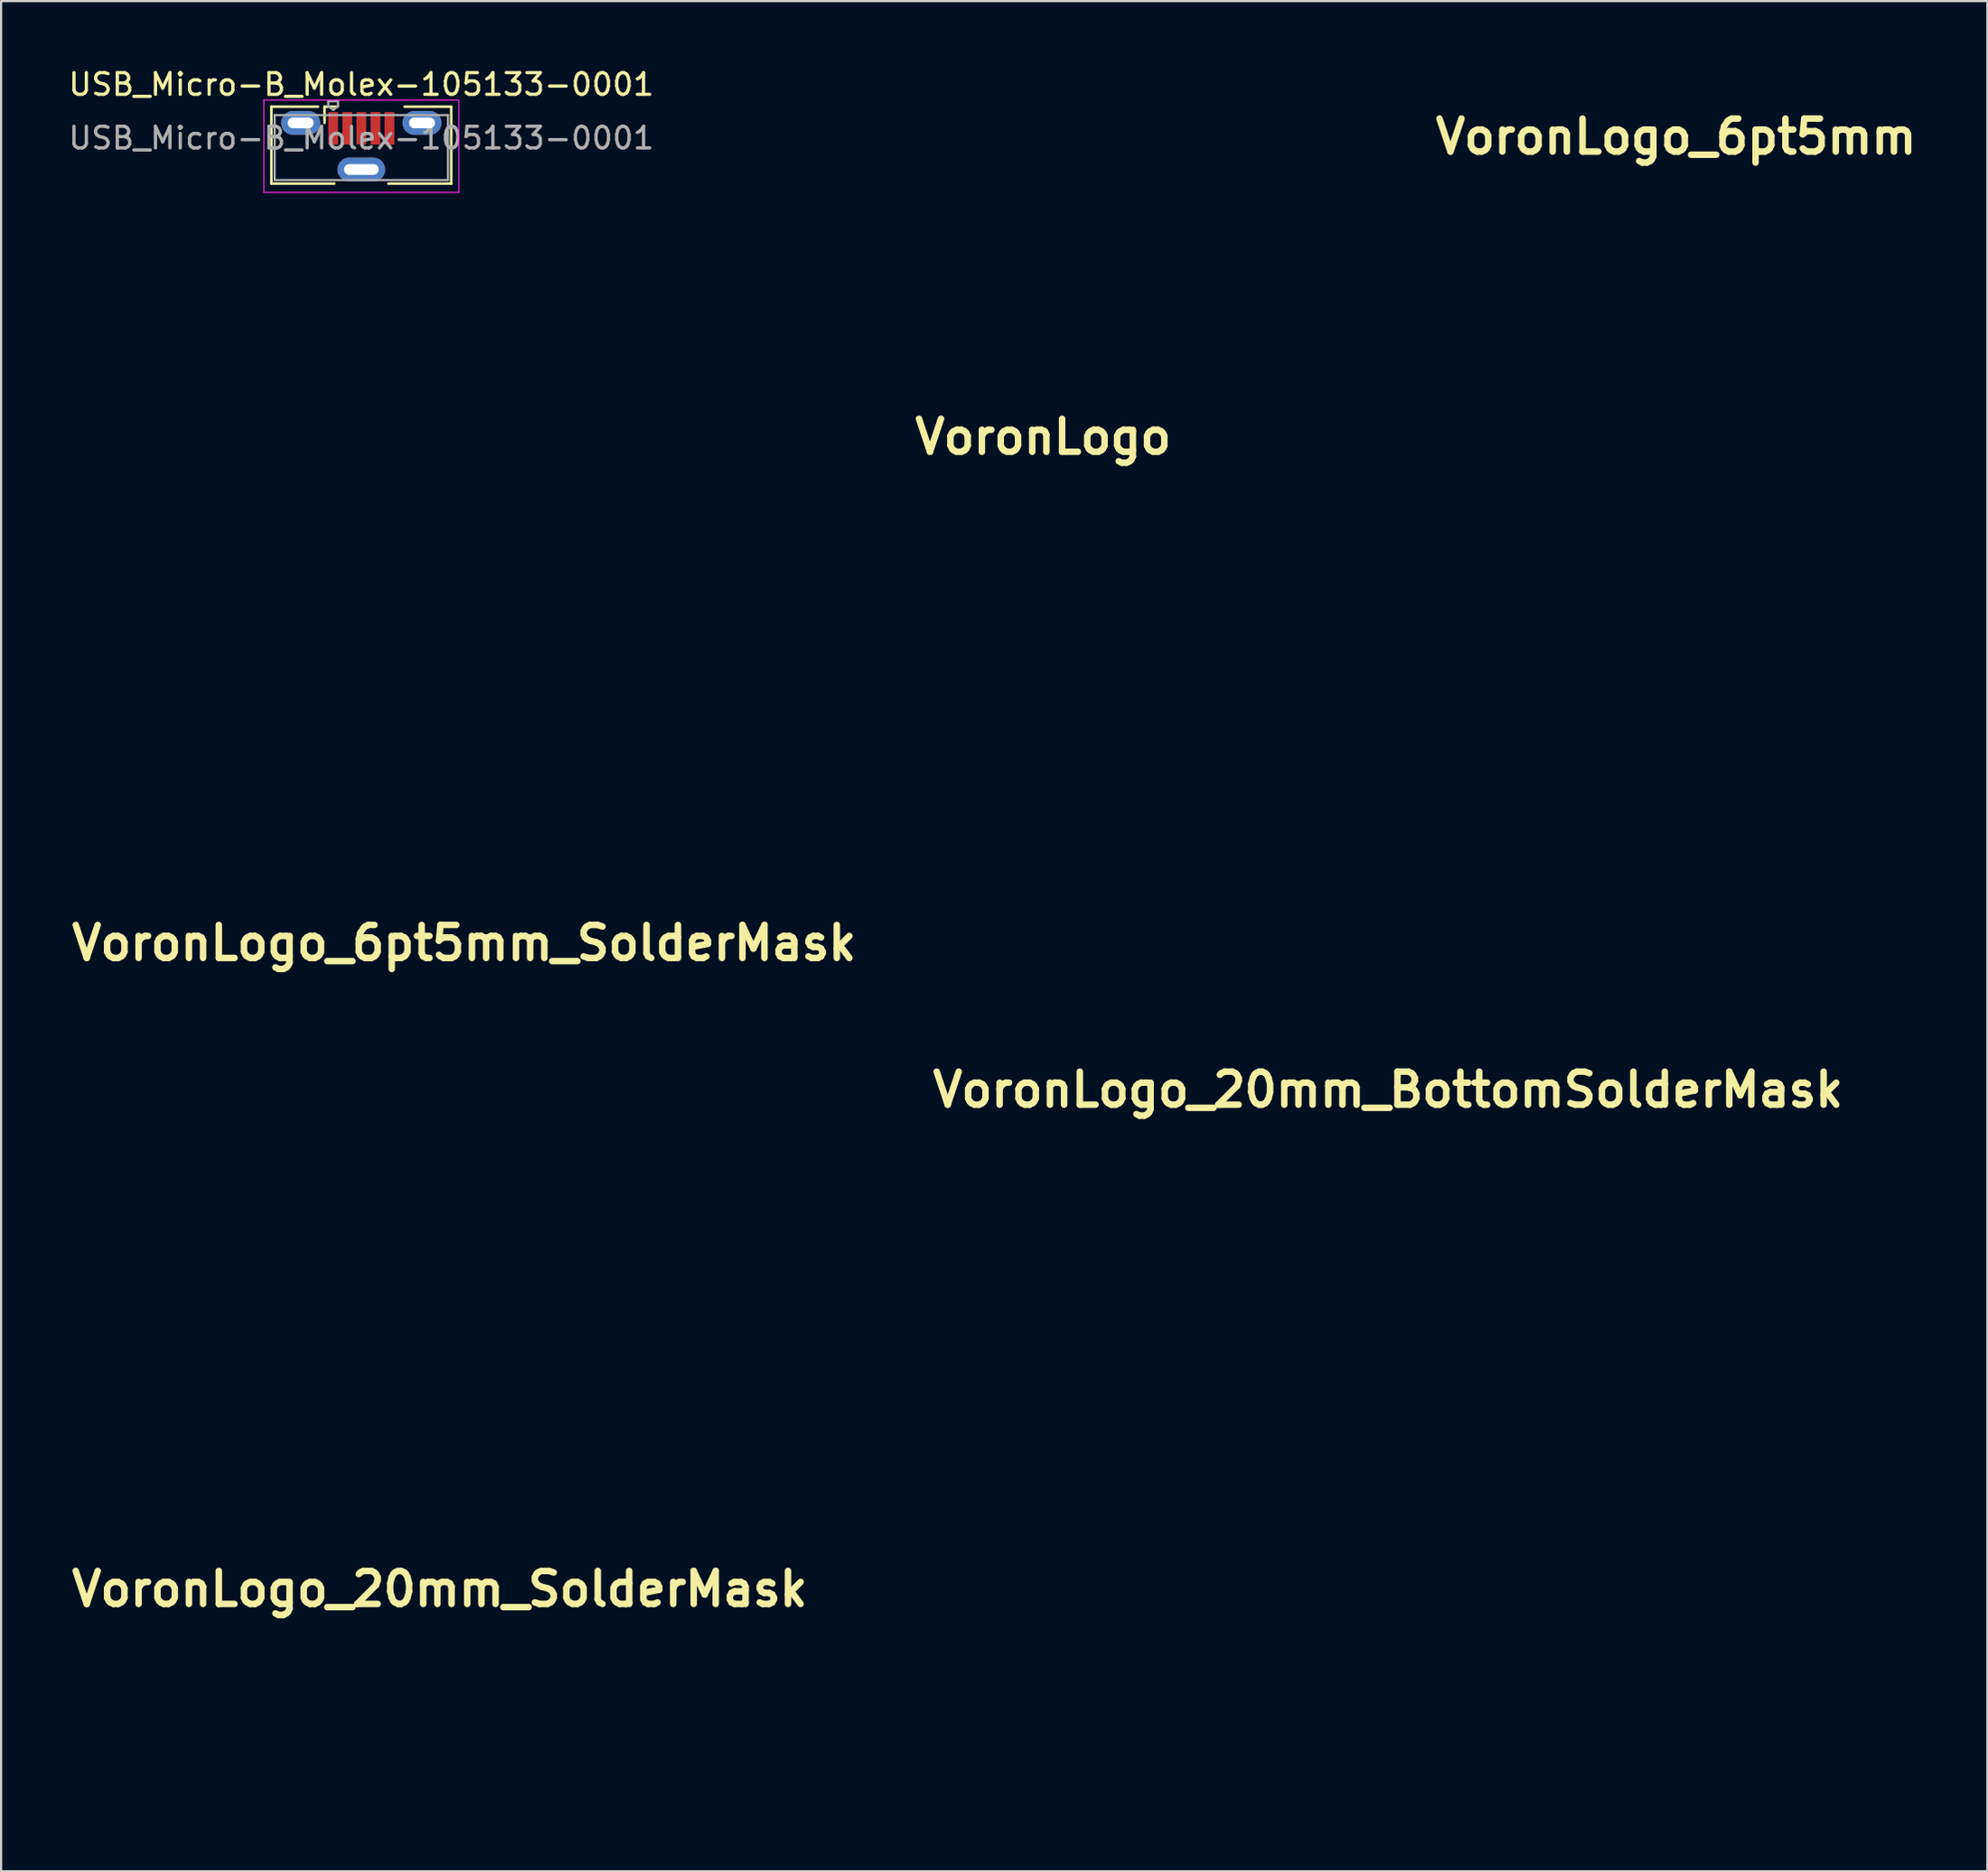
<source format=kicad_pcb>
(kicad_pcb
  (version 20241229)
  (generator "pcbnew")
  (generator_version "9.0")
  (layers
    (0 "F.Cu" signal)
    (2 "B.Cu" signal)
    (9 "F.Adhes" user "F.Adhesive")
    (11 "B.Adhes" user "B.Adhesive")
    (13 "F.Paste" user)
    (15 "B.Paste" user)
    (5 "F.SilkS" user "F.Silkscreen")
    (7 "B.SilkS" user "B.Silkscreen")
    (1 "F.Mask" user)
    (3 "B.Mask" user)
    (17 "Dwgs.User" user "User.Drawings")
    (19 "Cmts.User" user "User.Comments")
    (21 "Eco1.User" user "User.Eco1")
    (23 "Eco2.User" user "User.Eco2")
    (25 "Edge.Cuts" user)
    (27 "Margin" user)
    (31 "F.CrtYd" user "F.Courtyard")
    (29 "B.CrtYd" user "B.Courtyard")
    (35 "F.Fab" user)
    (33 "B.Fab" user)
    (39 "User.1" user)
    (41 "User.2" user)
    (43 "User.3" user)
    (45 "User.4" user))
  (footprint "VoronLogo"
    (layer "F.Cu")
    (at 45.094 17.115)
    (property "Reference" "VoronLogo" (at 0 0 0) (layer "F.SilkS") (effects (font (size 1.524 1.524) (thickness 0.3))))
    (attr through_hole)
    (fp_poly (pts (xy 0.256 -16.981) (xy 0.918 -16.616) (xy 1.93 -16.046) (xy 3.236 -15.304) (xy 4.779 -14.422) (xy 6.504 -13.431) (xy 7.486 -12.864) (xy 14.839 -8.618) (xy 14.839 8.618) (xy 7.486 12.864) (xy 5.687 13.9) (xy 4.039 14.845) (xy 2.599 15.667) (xy 1.422 16.333) (xy 0.565 16.812) (xy 0.084 17.072) (xy 0 17.11) (xy -0.256 16.981) (xy -0.918 16.616) (xy -1.93 16.046) (xy -3.236 15.304) (xy -4.779 14.422) (xy -6.504 13.431) (xy -7.486 12.864) (xy -13.95 9.131) (xy -8.021 9.131) (xy -7.775 9.241) (xy -7.118 9.304) (xy -6.174 9.309) (xy -5.963 9.302) (xy -3.904 9.224) (xy -3.837 9.122) (xy 0.16 9.122) (xy 0.283 9.261) (xy 0.708 9.332) (xy 1.53 9.356) (xy 2.123 9.358) (xy 4.266 9.358) (xy 7.113 5.013) (xy 8.003 3.647) (xy 8.794 2.421) (xy 9.437 1.41) (xy 9.884 0.689) (xy 10.089 0.333) (xy 10.093 0.322) (xy 10.044 0.148) (xy 9.675 0.055) (xy 8.906 0.034) (xy 8.121 0.055) (xy 6.016 0.134) (xy 3.266 4.278) (xy 2.377 5.621) (xy 1.578 6.834) (xy 0.922 7.838) (xy 0.46 8.552) (xy 0.248 8.89) (xy 0.16 9.122) (xy -3.837 9.122) (xy 2.058 0.171) (xy 3.353 -1.801) (xy 4.551 -3.636) (xy 5.621 -5.288) (xy 6.532 -6.706) (xy 7.253 -7.843) (xy 7.752 -8.65) (xy 8 -9.078) (xy 8.021 -9.131) (xy 7.775 -9.241) (xy 7.118 -9.304) (xy 6.174 -9.309) (xy 5.963 -9.302) (xy 3.904 -9.224) (xy -2.058 -0.171) (xy -3.353 1.801) (xy -4.551 3.636) (xy -5.621 5.288) (xy -6.532 6.706) (xy -7.253 7.843) (xy -7.752 8.65) (xy -8 9.078) (xy -8.021 9.131) (xy -13.95 9.131) (xy -14.839 8.618) (xy -14.839 0) (xy -10.407 0) (xy -6.016 -0.008) (xy -3.476 -3.925) (xy -2.607 -5.265) (xy -1.805 -6.501) (xy -1.13 -7.541) (xy -0.642 -8.293) (xy -0.434 -8.612) (xy 0.067 -9.381) (xy -2.142 -9.302) (xy -4.35 -9.224) (xy -7.378 -4.612) (xy -10.407 0) (xy -14.839 0) (xy -14.839 -8.618) (xy -7.486 -12.864) (xy -5.687 -13.9) (xy -4.039 -14.845) (xy -2.599 -15.667) (xy -1.422 -16.333) (xy -0.565 -16.812) (xy -0.084 -17.072) (xy 0 -17.11) (xy 0.256 -16.981)) (stroke (width 0.01) (type solid)) (fill no) (layer "Eco2.User")))
  (footprint "VoronLogo_20mm_BottomSolderMask"
    (layer "F.Cu")
    (at 61.007 47.251)
    (property "Reference" "VoronLogo_20mm_BottomSolderMask" (at 0 0 0) (layer "F.SilkS") (effects (font (size 1.524 1.524) (thickness 0.3))))
    (attr through_hole)
    (fp_poly (pts (xy 8.545 -5.092) (xy 8.545 5.092) (xy 4.257 7.563) (xy 3.208 8.167) (xy 2.25 8.717) (xy 1.416 9.194) (xy 0.739 9.579) (xy 0.251 9.855) (xy -0.015 10.001) (xy -0.055 10.021) (xy -0.191 9.942) (xy -0.565 9.724) (xy -1.146 9.388) (xy -1.899 8.95) (xy -2.793 8.432) (xy -3.794 7.85) (xy -4.312 7.55) (xy -8.094 5.355) (xy -4.834 5.355) (xy -4.715 5.415) (xy -4.35 5.46) (xy -3.81 5.484) (xy -3.58 5.486) (xy -2.273 5.484) (xy -2.229 5.417) (xy 0 5.417) (xy 0.145 5.449) (xy 0.53 5.474) (xy 1.082 5.486) (xy 1.294 5.487) (xy 2.587 5.487) (xy 4.077 3.191) (xy 4.586 2.406) (xy 5.055 1.683) (xy 5.45 1.074) (xy 5.735 0.634) (xy 5.856 0.448) (xy 6.146 0) (xy 3.485 0) (xy 1.742 2.673) (xy 1.216 3.484) (xy 0.754 4.203) (xy 0.381 4.789) (xy 0.122 5.203) (xy 0.005 5.405) (xy 0 5.417) (xy -2.229 5.417) (xy 1.254 0.131) (xy 2.019 -1.03) (xy 2.729 -2.11) (xy 3.365 -3.083) (xy 3.911 -3.918) (xy 4.347 -4.588) (xy 4.654 -5.065) (xy 4.815 -5.321) (xy 4.834 -5.355) (xy 4.715 -5.415) (xy 4.35 -5.46) (xy 3.81 -5.484) (xy 3.58 -5.486) (xy 2.273 -5.484) (xy -1.254 -0.131) (xy -2.019 1.03) (xy -2.729 2.11) (xy -3.365 3.083) (xy -3.911 3.918) (xy -4.347 4.588) (xy -4.654 5.065) (xy -4.815 5.321) (xy -4.834 5.355) (xy -8.094 5.355) (xy -8.545 5.093) (xy -8.545 0) (xy -6.146 0) (xy -3.485 0) (xy -1.742 -2.673) (xy -1.216 -3.484) (xy -0.754 -4.203) (xy -0.381 -4.789) (xy -0.122 -5.203) (xy -0.005 -5.405) (xy 0 -5.417) (xy -0.145 -5.449) (xy -0.53 -5.474) (xy -1.082 -5.486) (xy -1.294 -5.487) (xy -2.587 -5.487) (xy -4.077 -3.191) (xy -4.586 -2.406) (xy -5.055 -1.683) (xy -5.45 -1.074) (xy -5.735 -0.634) (xy -5.856 -0.448) (xy -6.146 0) (xy -8.545 0) (xy -8.545 -5.092) (xy -4.273 -7.554) (xy 0 -10.017) (xy 8.545 -5.092)) (stroke (width 0.01) (type solid)) (fill yes) (layer "B.Mask")))
  (footprint "VoronLogo_20mm_SolderMask"
    (layer "F.Cu")
    (at 17.243 70.299)
    (property "Reference" "VoronLogo_20mm_SolderMask" (at 0 0 0) (layer "F.SilkS") (effects (font (size 1.524 1.524) (thickness 0.3))))
    (attr through_hole)
    (fp_poly (pts (xy 8.545 -5.092) (xy 8.545 5.092) (xy 4.257 7.563) (xy 3.208 8.167) (xy 2.25 8.717) (xy 1.416 9.194) (xy 0.739 9.579) (xy 0.251 9.855) (xy -0.015 10.001) (xy -0.055 10.021) (xy -0.191 9.942) (xy -0.565 9.724) (xy -1.146 9.388) (xy -1.899 8.95) (xy -2.793 8.432) (xy -3.794 7.85) (xy -4.312 7.55) (xy -8.094 5.355) (xy -4.834 5.355) (xy -4.715 5.415) (xy -4.35 5.46) (xy -3.81 5.484) (xy -3.58 5.486) (xy -2.273 5.484) (xy -2.229 5.417) (xy 0 5.417) (xy 0.145 5.449) (xy 0.53 5.474) (xy 1.082 5.486) (xy 1.294 5.487) (xy 2.587 5.487) (xy 4.077 3.191) (xy 4.586 2.406) (xy 5.055 1.683) (xy 5.45 1.074) (xy 5.735 0.634) (xy 5.856 0.448) (xy 6.146 0) (xy 3.485 0) (xy 1.742 2.673) (xy 1.216 3.484) (xy 0.754 4.203) (xy 0.381 4.789) (xy 0.122 5.203) (xy 0.005 5.405) (xy 0 5.417) (xy -2.229 5.417) (xy 1.254 0.131) (xy 2.019 -1.03) (xy 2.729 -2.11) (xy 3.365 -3.083) (xy 3.911 -3.918) (xy 4.347 -4.588) (xy 4.654 -5.065) (xy 4.815 -5.321) (xy 4.834 -5.355) (xy 4.715 -5.415) (xy 4.35 -5.46) (xy 3.81 -5.484) (xy 3.58 -5.486) (xy 2.273 -5.484) (xy -1.254 -0.131) (xy -2.019 1.03) (xy -2.729 2.11) (xy -3.365 3.083) (xy -3.911 3.918) (xy -4.347 4.588) (xy -4.654 5.065) (xy -4.815 5.321) (xy -4.834 5.355) (xy -8.094 5.355) (xy -8.545 5.093) (xy -8.545 0) (xy -6.146 0) (xy -3.485 0) (xy -1.742 -2.673) (xy -1.216 -3.484) (xy -0.754 -4.203) (xy -0.381 -4.789) (xy -0.122 -5.203) (xy -0.005 -5.405) (xy 0 -5.417) (xy -0.145 -5.449) (xy -0.53 -5.474) (xy -1.082 -5.486) (xy -1.294 -5.487) (xy -2.587 -5.487) (xy -4.077 -3.191) (xy -4.586 -2.406) (xy -5.055 -1.683) (xy -5.45 -1.074) (xy -5.735 -0.634) (xy -5.856 -0.448) (xy -6.146 0) (xy -8.545 0) (xy -8.545 -5.092) (xy -4.273 -7.554) (xy 0 -10.017) (xy 8.545 -5.092)) (stroke (width 0.01) (type solid)) (fill yes) (layer "F.Mask")))
  (footprint "USB_Micro-B_Molex-105133-0001"
    (layer "F.Cu")
    (at 13.625 3.698)
    (property "Reference" "USB_Micro-B_Molex-105133-0001" (at 0 -2.85 0) (layer "F.SilkS") (effects (font (size 1 1) (thickness 0.15))))
    (attr smd)
    (fp_line (start -4.15 -1.825) (end -4.15 1.725) (stroke (width 0.12) (type solid)) (layer "F.SilkS"))
    (fp_line (start -4.15 1.725) (end -1.25 1.725) (stroke (width 0.12) (type solid)) (layer "F.SilkS"))
    (fp_line (start -2 -1.825) (end -4.15 -1.825) (stroke (width 0.12) (type solid)) (layer "F.SilkS"))
    (fp_line (start -1.7 -1.825) (end -1.1 -1.825) (stroke (width 0.12) (type solid)) (layer "F.SilkS"))
    (fp_line (start -1.7 -1.075) (end -1.7 -1.825) (stroke (width 0.12) (type solid)) (layer "F.SilkS"))
    (fp_line (start 2 -1.825) (end 4.15 -1.825) (stroke (width 0.12) (type solid)) (layer "F.SilkS"))
    (fp_line (start 4.15 -1.825) (end 4.15 1.725) (stroke (width 0.12) (type solid)) (layer "F.SilkS"))
    (fp_line (start 4.15 1.725) (end 1.25 1.725) (stroke (width 0.12) (type solid)) (layer "F.SilkS"))
    (fp_line (start -4.5 -2.13) (end 4.5 -2.13) (stroke (width 0.05) (type solid)) (layer "F.CrtYd"))
    (fp_line (start -4.5 2.13) (end -4.5 -2.13) (stroke (width 0.05) (type solid)) (layer "F.CrtYd"))
    (fp_line (start -4.5 2.13) (end 4.5 2.13) (stroke (width 0.05) (type solid)) (layer "F.CrtYd"))
    (fp_line (start 4.5 2.13) (end 4.5 -2.13) (stroke (width 0.05) (type solid)) (layer "F.CrtYd"))
    (fp_line (start -4 1.565) (end -4 -1.435) (stroke (width 0.1) (type solid)) (layer "F.Fab"))
    (fp_line (start -4 1.565) (end 4 1.565) (stroke (width 0.1) (type solid)) (layer "F.Fab"))
    (fp_line (start -1.525 -2.075) (end -1.075 -2.075) (stroke (width 0.1) (type solid)) (layer "F.Fab"))
    (fp_line (start -1.525 -1.85) (end -1.525 -2.075) (stroke (width 0.1) (type solid)) (layer "F.Fab"))
    (fp_line (start -1.3 -1.675) (end -1.525 -1.85) (stroke (width 0.1) (type solid)) (layer "F.Fab"))
    (fp_line (start -1.3 -1.675) (end -1.075 -1.85) (stroke (width 0.1) (type solid)) (layer "F.Fab"))
    (fp_line (start -1.075 -2.075) (end -1.075 -1.85) (stroke (width 0.1) (type solid)) (layer "F.Fab"))
    (fp_line (start 4 -1.435) (end -4 -1.435) (stroke (width 0.1) (type solid)) (layer "F.Fab"))
    (fp_line (start 4 1.565) (end 4 -1.435) (stroke (width 0.1) (type solid)) (layer "F.Fab"))
    (fp_text user "${REFERENCE}" (at 0 -0.375 0) (layer "F.Fab") (effects (font (size 1 1) (thickness 0.15))))
    (pad "1" smd rect (at -1.3 -0.825) (size 0.45 1.5) (layers "F.Cu" "F.Mask" "F.Paste"))
    (pad "2" smd rect (at -0.65 -0.825) (size 0.45 1.5) (layers "F.Cu" "F.Mask" "F.Paste"))
    (pad "3" smd rect (at 0 -0.825) (size 0.45 1.5) (layers "F.Cu" "F.Mask" "F.Paste"))
    (pad "4" smd rect (at 0.65 -0.825) (size 0.45 1.5) (layers "F.Cu" "F.Mask" "F.Paste"))
    (pad "5" smd rect (at 1.3 -0.825) (size 0.45 1.5) (layers "F.Cu" "F.Mask" "F.Paste"))
    (pad "6" thru_hole oval (at -2.8 -1.075) (size 1.8 1.1) (drill oval 1.2 0.5) (layers "*.Cu" "*.Mask"))
    (pad "6" thru_hole oval (at 0 1.075) (size 2.2 1.1) (drill oval 1.6 0.5) (layers "*.Cu" "*.Mask"))
    (pad "6" thru_hole oval (at 2.8 -1.075) (size 1.8 1.1) (drill oval 1.2 0.5) (layers "*.Cu" "*.Mask")))
  (footprint "VoronLogo_6pt5mm_SolderMask"
    (layer "F.Cu")
    (at 18.368 40.48)
    (property "Reference" "VoronLogo_6pt5mm_SolderMask" (at 0 0 0) (layer "F.SilkS") (effects (font (size 1.524 1.524) (thickness 0.3))))
    (attr through_hole)
    (fp_poly (pts (xy 2.769 -1.65) (xy 2.769 1.65) (xy 1.379 2.451) (xy 1.039 2.646) (xy 0.729 2.824) (xy 0.459 2.979) (xy 0.24 3.104) (xy 0.081 3.193) (xy -0.005 3.24) (xy -0.018 3.247) (xy -0.062 3.221) (xy -0.183 3.151) (xy -0.371 3.042) (xy -0.615 2.9) (xy -0.905 2.732) (xy -1.229 2.544) (xy -1.397 2.446) (xy -2.622 1.735) (xy -1.566 1.735) (xy -1.528 1.754) (xy -1.41 1.769) (xy -1.235 1.777) (xy -1.16 1.777) (xy -0.737 1.777) (xy -0.722 1.755) (xy 0 1.755) (xy 0.047 1.766) (xy 0.172 1.774) (xy 0.351 1.778) (xy 0.419 1.778) (xy 0.838 1.778) (xy 1.321 1.034) (xy 1.486 0.78) (xy 1.638 0.545) (xy 1.766 0.348) (xy 1.858 0.205) (xy 1.897 0.145) (xy 1.991 0) (xy 1.129 0) (xy 0.565 0.866) (xy 0.394 1.129) (xy 0.244 1.362) (xy 0.123 1.552) (xy 0.04 1.686) (xy 0.001 1.751) (xy 0 1.755) (xy -0.722 1.755) (xy 0.406 0.043) (xy 0.654 -0.334) (xy 0.884 -0.684) (xy 1.09 -0.999) (xy 1.267 -1.269) (xy 1.408 -1.487) (xy 1.508 -1.641) (xy 1.56 -1.724) (xy 1.566 -1.735) (xy 1.528 -1.754) (xy 1.41 -1.769) (xy 1.235 -1.777) (xy 1.16 -1.777) (xy 0.737 -1.777) (xy -0.406 -0.043) (xy -0.654 0.334) (xy -0.884 0.684) (xy -1.09 0.999) (xy -1.267 1.269) (xy -1.408 1.487) (xy -1.508 1.641) (xy -1.56 1.724) (xy -1.566 1.735) (xy -2.622 1.735) (xy -2.769 1.65) (xy -2.769 0) (xy -1.991 0) (xy -1.129 0) (xy -0.565 -0.866) (xy -0.394 -1.129) (xy -0.244 -1.362) (xy -0.123 -1.552) (xy -0.04 -1.686) (xy -0.001 -1.751) (xy 0 -1.755) (xy -0.047 -1.766) (xy -0.172 -1.774) (xy -0.351 -1.778) (xy -0.419 -1.778) (xy -0.838 -1.778) (xy -1.321 -1.034) (xy -1.486 -0.78) (xy -1.638 -0.545) (xy -1.766 -0.348) (xy -1.858 -0.205) (xy -1.897 -0.145) (xy -1.991 0) (xy -2.769 0) (xy -2.769 -1.65) (xy 0 -3.245) (xy 2.769 -1.65)) (stroke (width 0.01) (type solid)) (fill yes) (layer "F.Mask")))
  (footprint "VoronLogo_6pt5mm"
    (layer "F.Cu")
    (at 74.303 3.256)
    (property "Reference" "VoronLogo_6pt5mm" (at 0 0 0) (layer "F.SilkS") (effects (font (size 1.524 1.524) (thickness 0.3))))
    (attr through_hole)
    (fp_poly (pts (xy 0.049 -3.226) (xy 0.174 -3.157) (xy 0.367 -3.049) (xy 0.615 -2.908) (xy 0.908 -2.74) (xy 1.236 -2.552) (xy 1.422 -2.444) (xy 2.819 -1.637) (xy 2.819 1.637) (xy 1.422 2.444) (xy 1.081 2.641) (xy 0.767 2.821) (xy 0.494 2.977) (xy 0.27 3.103) (xy 0.107 3.194) (xy 0.016 3.244) (xy 0 3.251) (xy -0.049 3.226) (xy -0.174 3.157) (xy -0.367 3.049) (xy -0.615 2.908) (xy -0.908 2.74) (xy -1.236 2.552) (xy -1.422 2.444) (xy -2.651 1.735) (xy -1.524 1.735) (xy -1.477 1.756) (xy -1.352 1.768) (xy -1.173 1.769) (xy -1.133 1.767) (xy -0.742 1.753) (xy -0.729 1.733) (xy 0.03 1.733) (xy 0.054 1.76) (xy 0.135 1.773) (xy 0.291 1.778) (xy 0.403 1.778) (xy 0.81 1.778) (xy 1.351 0.953) (xy 1.521 0.693) (xy 1.671 0.46) (xy 1.793 0.268) (xy 1.878 0.131) (xy 1.917 0.063) (xy 1.918 0.061) (xy 1.908 0.028) (xy 1.838 0.01) (xy 1.692 0.006) (xy 1.543 0.01) (xy 1.143 0.025) (xy 0.62 0.813) (xy 0.452 1.068) (xy 0.3 1.298) (xy 0.175 1.489) (xy 0.087 1.625) (xy 0.047 1.689) (xy 0.03 1.733) (xy -0.729 1.733) (xy 0.391 0.032) (xy 0.637 -0.342) (xy 0.865 -0.691) (xy 1.068 -1.005) (xy 1.241 -1.274) (xy 1.378 -1.49) (xy 1.473 -1.643) (xy 1.52 -1.725) (xy 1.524 -1.735) (xy 1.477 -1.756) (xy 1.352 -1.768) (xy 1.173 -1.769) (xy 1.133 -1.767) (xy 0.742 -1.753) (xy -0.391 -0.032) (xy -0.637 0.342) (xy -0.865 0.691) (xy -1.068 1.005) (xy -1.241 1.274) (xy -1.378 1.49) (xy -1.473 1.643) (xy -1.52 1.725) (xy -1.524 1.735) (xy -2.651 1.735) (xy -2.819 1.637) (xy -2.819 0) (xy -1.977 0) (xy -1.56 -0.001) (xy -1.143 -0.002) (xy -0.66 -0.746) (xy -0.495 -1) (xy -0.343 -1.235) (xy -0.215 -1.433) (xy -0.122 -1.576) (xy -0.083 -1.636) (xy 0.013 -1.782) (xy -0.407 -1.767) (xy -0.826 -1.753) (xy -1.402 -0.876) (xy -1.977 0) (xy -2.819 0) (xy -2.819 -1.637) (xy -1.422 -2.444) (xy -1.081 -2.641) (xy -0.767 -2.821) (xy -0.494 -2.977) (xy -0.27 -3.103) (xy -0.107 -3.194) (xy -0.016 -3.244) (xy 0 -3.251) (xy 0.049 -3.226)) (stroke (width 0.01) (type solid)) (fill no) (layer "Eco2.User")))
  (gr_rect
    (start -3 -3)
    (end 88.667 83.325)
    (stroke (width 0.1) (type default))
    (fill no)
    (layer "Edge.Cuts")))
</source>
